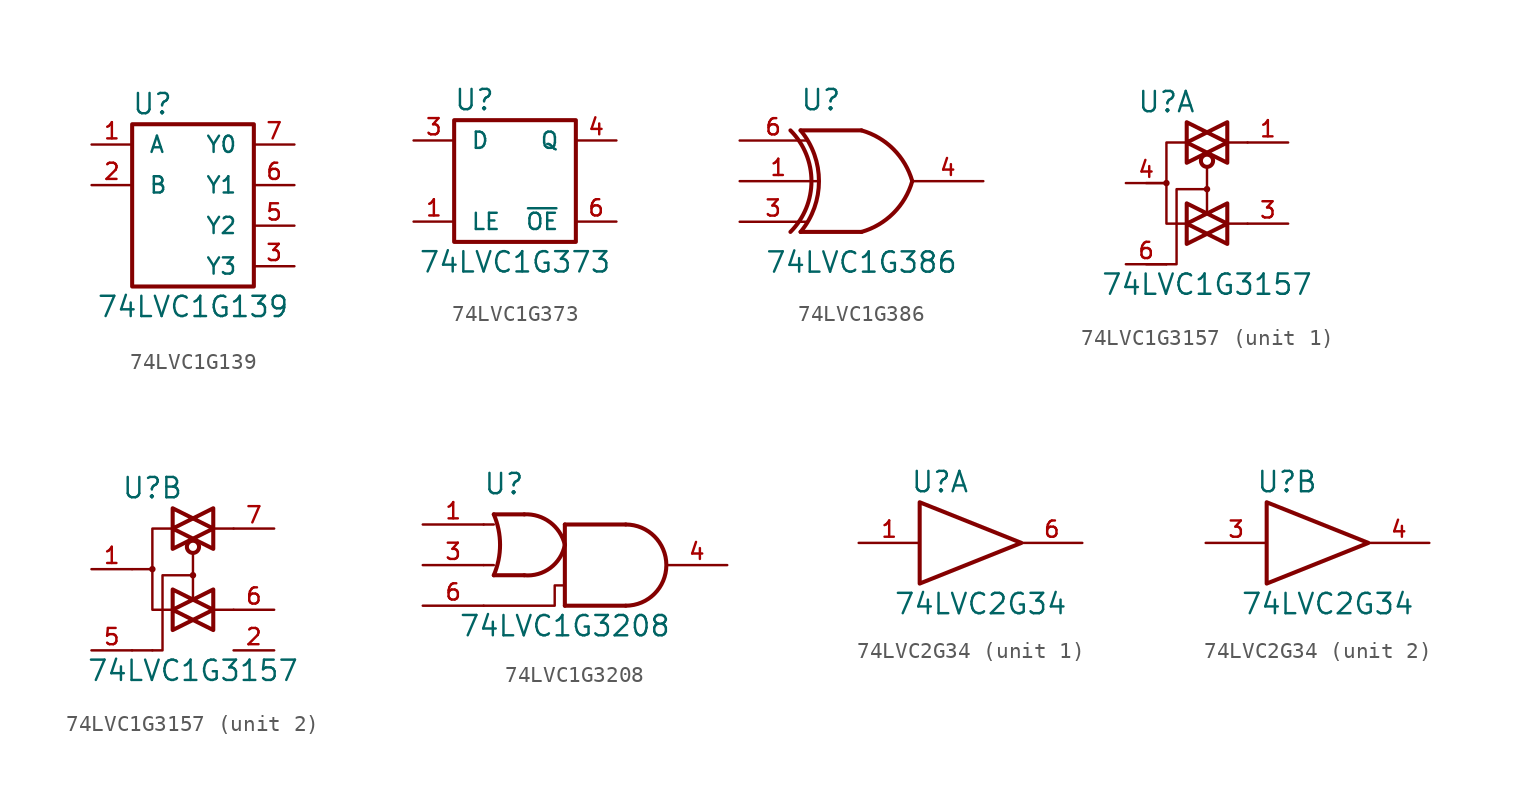
<source format=kicad_sym>
(kicad_symbol_lib
  (version 20201005)
  (generator kicad_symbol_editor)
  (symbol "74LVC1G139"
    (pin_names
      (offset 1.016))
    (property "Reference" "U"
      (at -2.54 6.35 0)
      (effects (font (size 1.27 1.27))))
    (property "Value" "74LVC1G139"
      (at 0 -6.35 0)
      (effects (font (size 1.27 1.27))))
    (symbol "74LVC1G139_0_1"
      (rectangle (start -3.81 5.08) (end 3.81 -5.08) (stroke (width 0.254)) (fill (type none))))
    (symbol "74LVC1G139_1_1"
      (pin input line (at -6.35 3.81 0) (length 2.54) (name "A" (effects (font (size 1.016 1.016)))) (number "1" (effects (font (size 1.016 1.016)))))
      (pin input line (at -6.35 1.27 0) (length 2.54) (name "B" (effects (font (size 1.016 1.016)))) (number "2" (effects (font (size 1.016 1.016)))))
      (pin output line (at 6.35 -3.81 180) (length 2.54) (name "Y3" (effects (font (size 1.016 1.016)))) (number "3" (effects (font (size 1.016 1.016)))))
      (pin power_in line (at 0 -5.08 270) (length 0) hide (name "GND" (effects (font (size 1.016 1.016)))) (number "4" (effects (font (size 1.016 1.016)))))
      (pin output line (at 6.35 -1.27 180) (length 2.54) (name "Y2" (effects (font (size 1.016 1.016)))) (number "5" (effects (font (size 1.016 1.016)))))
      (pin output line (at 6.35 1.27 180) (length 2.54) (name "Y1" (effects (font (size 1.016 1.016)))) (number "6" (effects (font (size 1.016 1.016)))))
      (pin output line (at 6.35 3.81 180) (length 2.54) (name "Y0" (effects (font (size 1.016 1.016)))) (number "7" (effects (font (size 1.016 1.016)))))
      (pin power_in line (at 0 5.08 90) (length 0) hide (name "VCC" (effects (font (size 1.016 1.016)))) (number "8" (effects (font (size 1.016 1.016)))))))
  (symbol "74LVC1G373"
    (pin_names
      (offset 1.016))
    (property "Reference" "U"
      (at -2.54 5.08 0)
      (effects (font (size 1.27 1.27))))
    (property "Value" "74LVC1G373"
      (at 0 -5.08 0)
      (effects (font (size 1.27 1.27))))
    (symbol "74LVC1G373_0_1"
      (rectangle (start -3.81 3.81) (end 3.81 -3.81) (stroke (width 0.254)) (fill (type none))))
    (symbol "74LVC1G373_1_1"
      (pin input line (at -6.35 -2.54 0) (length 2.54) (name "LE" (effects (font (size 1.016 1.016)))) (number "1" (effects (font (size 1.016 1.016)))))
      (pin power_in line (at 0 -3.81 270) (length 0) hide (name "GND" (effects (font (size 1.016 1.016)))) (number "2" (effects (font (size 1.016 1.016)))))
      (pin input line (at -6.35 2.54 0) (length 2.54) (name "D" (effects (font (size 1.016 1.016)))) (number "3" (effects (font (size 1.016 1.016)))))
      (pin tri_state line (at 6.35 2.54 180) (length 2.54) (name "Q" (effects (font (size 1.016 1.016)))) (number "4" (effects (font (size 1.016 1.016)))))
      (pin power_in line (at 0 3.81 90) (length 0) hide (name "VCC" (effects (font (size 1.016 1.016)))) (number "5" (effects (font (size 1.016 1.016)))))
      (pin input line (at 6.35 -2.54 180) (length 2.54) (name "~OE" (effects (font (size 1.016 1.016)))) (number "6" (effects (font (size 1.016 1.016)))))))
  (symbol "74LVC1G386"
    (pin_names
      (offset 1.016))
    (property "Reference" "U"
      (at -2.54 5.08 0)
      (effects (font (size 1.27 1.27))))
    (property "Value" "74LVC1G386"
      (at 0 -5.08 0)
      (effects (font (size 1.27 1.27))))
    (symbol "74LVC1G386_0_1"
      (arc (start -3.81 3.175) (end -3.81 -3.175) (radius (at -7.62 0) (length 4.953) (angles 39.8 -39.8)) (stroke (width 0.254)) (fill (type none)))
      (arc (start -4.445 3.175) (end -4.445 -3.175) (radius (at -7.62 0) (length 4.4958) (angles 45 -45)) (stroke (width 0.254)) (fill (type none)))
      (arc (start 0 3.175) (end 3.175 0) (radius (at -1.27 -1.27) (length 4.6228) (angles 74 15.9)) (stroke (width 0.254)) (fill (type none)))
      (arc (start 0 -3.175) (end 3.175 0) (radius (at -1.27 1.27) (length 4.6228) (angles -74 -15.9)) (stroke (width 0.254)) (fill (type none)))
      (polyline (pts (xy 0 -3.175) (xy -3.81 -3.175)) (stroke (width 0.254)) (fill (type none)))
      (polyline (pts (xy 0 3.175) (xy -3.81 3.175)) (stroke (width 0.254)) (fill (type none))))
    (symbol "74LVC1G386_1_1"
      (pin input line (at -7.62 0 0) (length 4.826) (name "~" (effects (font (size 1.016 1.016)))) (number "1" (effects (font (size 1.016 1.016)))))
      (pin power_in line (at 0 -3.175 270) (length 0) hide (name "GND" (effects (font (size 1.016 1.016)))) (number "2" (effects (font (size 1.016 1.016)))))
      (pin input line (at -7.62 -2.54 0) (length 4.191) (name "~" (effects (font (size 1.016 1.016)))) (number "3" (effects (font (size 1.016 1.016)))))
      (pin output line (at 7.62 0 180) (length 4.445) (name "~" (effects (font (size 1.016 1.016)))) (number "4" (effects (font (size 1.016 1.016)))))
      (pin power_in line (at 0 3.175 90) (length 0) hide (name "VCC" (effects (font (size 1.016 1.016)))) (number "5" (effects (font (size 1.016 1.016)))))
      (pin input line (at -7.62 2.54 0) (length 4.191) (name "~" (effects (font (size 1.016 1.016)))) (number "6" (effects (font (size 1.016 1.016)))))))
  (symbol "74LVC1G3157"
    (pin_names
      (offset 1.016))
    (property "Reference" "U"
      (at -2.54 5.08 0)
      (effects (font (size 1.27 1.27))))
    (property "Value" "74LVC1G3157"
      (at 0 -6.35 0)
      (effects (font (size 1.27 1.27))))
    (symbol "74LVC1G3157_0_1"
      (circle (center -2.54 0) (radius 0.127) (stroke (width 0)) (fill (type none)))
      (circle (center 0 -0.381) (radius 0.127) (stroke (width 0)) (fill (type none)))
      (circle (center 0 1.397) (radius 0.381) (stroke (width 0.254)) (fill (type none)))
      (polyline (pts (xy -3.81 -5.08) (xy -2.54 -5.08)) (stroke (width 0)) (fill (type none)))
      (polyline (pts (xy -3.81 0) (xy -2.54 0)) (stroke (width 0)) (fill (type none)))
      (polyline (pts (xy 2.54 -2.54) (xy 1.27 -2.54)) (stroke (width 0)) (fill (type none)))
      (polyline (pts (xy 2.54 2.54) (xy 1.27 2.54)) (stroke (width 0)) (fill (type none)))
      (polyline (pts (xy 0 1.016) (xy 0 0) (xy 0 -1.905)) (stroke (width 0)) (fill (type none)))
      (polyline (pts (xy -1.27 -2.54) (xy 0 -3.175) (xy -1.27 -3.81) (xy -1.27 -2.54)) (stroke (width 0.254)) (fill (type none)))
      (polyline (pts (xy -1.27 -1.27) (xy -1.27 -2.54) (xy 0 -1.905) (xy -1.27 -1.27)) (stroke (width 0.254)) (fill (type none)))
      (polyline (pts (xy -1.27 2.54) (xy 0 1.905) (xy -1.27 1.27) (xy -1.27 2.54)) (stroke (width 0.254)) (fill (type none)))
      (polyline (pts (xy -1.27 3.81) (xy 0 3.175) (xy -1.27 2.54) (xy -1.27 3.81)) (stroke (width 0.254)) (fill (type none)))
      (polyline (pts (xy 0 -0.381) (xy -1.905 -0.381) (xy -1.905 -5.08) (xy -2.54 -5.08)) (stroke (width 0)) (fill (type none)))
      (polyline (pts (xy 1.27 -2.54) (xy 0 -3.175) (xy 1.27 -3.81) (xy 1.27 -2.54)) (stroke (width 0.254)) (fill (type none)))
      (polyline (pts (xy 1.27 -1.27) (xy 1.27 -2.54) (xy 0 -1.905) (xy 1.27 -1.27)) (stroke (width 0.254)) (fill (type none)))
      (polyline (pts (xy 1.27 2.54) (xy 1.27 1.27) (xy 0 1.905) (xy 1.27 2.54)) (stroke (width 0.254)) (fill (type none)))
      (polyline (pts (xy 1.27 2.54) (xy 1.27 3.81) (xy 0 3.175) (xy 1.27 2.54)) (stroke (width 0.254)) (fill (type none)))
      (polyline (pts (xy -1.27 2.54) (xy -2.54 2.54) (xy -2.54 0) (xy -2.54 -2.54) (xy -1.27 -2.54)) (stroke (width 0)) (fill (type none)))
      (pin power_in line (at 0 -5.08 270) (length 0) hide (name "GND" (effects (font (size 1.016 1.016)))) (number "2" (effects (font (size 1.016 1.016)))))
      (pin power_in line (at 0 5.08 90) (length 0) hide (name "VCC" (effects (font (size 1.016 1.016)))) (number "5" (effects (font (size 1.016 1.016))))))
    (symbol "74LVC1G3157_1_1"
      (pin bidirectional line (at 5.08 2.54 180) (length 2.54) (name "~" (effects (font (size 1.016 1.016)))) (number "1" (effects (font (size 1.016 1.016)))))
      (pin bidirectional line (at 5.08 -2.54 180) (length 2.54) (name "~" (effects (font (size 1.016 1.016)))) (number "3" (effects (font (size 1.016 1.016)))))
      (pin bidirectional line (at -5.08 0 0) (length 2.54) (name "~" (effects (font (size 1.016 1.016)))) (number "4" (effects (font (size 1.016 1.016)))))
      (pin input line (at -5.08 -5.08 0) (length 2.54) (name "~" (effects (font (size 1.016 1.016)))) (number "6" (effects (font (size 1.016 1.016))))))
    (symbol "74LVC1G3157_2_1"
      (pin bidirectional line (at -6.35 0 0) (length 2.54) (name "~" (effects (font (size 1.016 1.016)))) (number "1" (effects (font (size 1.016 1.016)))))
      (pin input line (at 5.08 -5.08 180) (length 2.54) (name "~" (effects (font (size 1.016 1.016)))) (number "2" (effects (font (size 1.016 1.016)))))
      (pin input line (at -6.35 -5.08 0) (length 2.54) (name "~" (effects (font (size 1.016 1.016)))) (number "5" (effects (font (size 1.016 1.016)))))
      (pin bidirectional line (at 5.08 -2.54 180) (length 2.54) (name "~" (effects (font (size 1.016 1.016)))) (number "6" (effects (font (size 1.016 1.016)))))
      (pin bidirectional line (at 5.08 2.54 180) (length 2.54) (name "~" (effects (font (size 1.016 1.016)))) (number "7" (effects (font (size 1.016 1.016)))))))
  (symbol "74LVC1G3208"
    (pin_names
      (offset 1.016))
    (property "Reference" "U"
      (at -3.81 5.08 0)
      (effects (font (size 1.27 1.27))))
    (property "Value" "74LVC1G3208"
      (at 0 -3.81 0)
      (effects (font (size 1.27 1.27))))
    (symbol "74LVC1G3208_0_1"
      (arc (start -4.445 -0.635) (end -4.445 3.175) (radius (at -8.89 1.27) (length 4.826) (angles -23.1 23.1)) (stroke (width 0.254)) (fill (type none)))
      (arc (start -2.54 3.175) (end 0 1.27) (radius (at -2.413 0.7112) (length 2.4638) (angles 92.9 13)) (stroke (width 0.254)) (fill (type none)))
      (arc (start -2.54 -0.635) (end 0 1.27) (radius (at -2.3368 1.7272) (length 2.3622) (angles -94.9 -11)) (stroke (width 0.254)) (fill (type none)))
      (arc (start 3.81 -2.54) (end 3.81 2.54) (radius (at 3.81 0) (length 2.54) (angles -89.9 89.9)) (stroke (width 0.254)) (fill (type none)))
      (polyline (pts (xy -5.08 0) (xy -4.445 0)) (stroke (width 0)) (fill (type none)))
      (polyline (pts (xy -5.08 2.54) (xy -4.445 2.54)) (stroke (width 0)) (fill (type none)))
      (polyline (pts (xy -2.54 -0.635) (xy -4.445 -0.635)) (stroke (width 0.254)) (fill (type none)))
      (polyline (pts (xy -2.54 3.175) (xy -4.445 3.175)) (stroke (width 0.254)) (fill (type none)))
      (polyline (pts (xy 0 2.54) (xy 0 -2.54)) (stroke (width 0.254)) (fill (type none)))
      (polyline (pts (xy 3.81 -2.54) (xy 0 -2.54)) (stroke (width 0.254)) (fill (type background)))
      (polyline (pts (xy 3.81 2.54) (xy 0 2.54)) (stroke (width 0.254)) (fill (type background)))
      (polyline (pts (xy 0 -1.27) (xy -0.635 -1.27) (xy -0.635 -1.905) (xy -0.635 -2.54) (xy -5.08 -2.54)) (stroke (width 0)) (fill (type none))))
    (symbol "74LVC1G3208_1_1"
      (pin input line (at -8.89 2.54 0) (length 3.81) (name "~" (effects (font (size 1.016 1.016)))) (number "1" (effects (font (size 1.016 1.016)))))
      (pin power_in line (at 3.81 -2.54 270) (length 0) hide (name "GND" (effects (font (size 1.016 1.016)))) (number "2" (effects (font (size 1.016 1.016)))))
      (pin input line (at -8.89 0 0) (length 3.81) (name "~" (effects (font (size 1.016 1.016)))) (number "3" (effects (font (size 1.016 1.016)))))
      (pin output line (at 10.16 0 180) (length 3.81) (name "~" (effects (font (size 1.016 1.016)))) (number "4" (effects (font (size 1.016 1.016)))))
      (pin power_in line (at 3.81 2.54 90) (length 0) hide (name "VCC" (effects (font (size 1.016 1.016)))) (number "5" (effects (font (size 1.016 1.016)))))
      (pin input line (at -8.89 -2.54 0) (length 3.81) (name "~" (effects (font (size 1.016 1.016)))) (number "6" (effects (font (size 1.016 1.016)))))))
  (symbol "74LVC2G34"
    (pin_names
      (offset 1.016))
    (property "Reference" "U"
      (at -2.54 3.81 0)
      (effects (font (size 1.27 1.27))))
    (property "Value" "74LVC2G34"
      (at 0 -3.81 0)
      (effects (font (size 1.27 1.27))))
    (symbol "74LVC2G34_0_1"
      (polyline (pts (xy -3.81 2.54) (xy -3.81 -2.54) (xy 2.54 0) (xy -3.81 2.54)) (stroke (width 0.254)) (fill (type none)))
      (pin power_in line (at 0 -2.54 270) (length 0) hide (name "GND" (effects (font (size 1.016 1.016)))) (number "2" (effects (font (size 1.016 1.016)))))
      (pin power_in line (at 0 2.54 90) (length 0) hide (name "VCC" (effects (font (size 1.016 1.016)))) (number "5" (effects (font (size 1.016 1.016))))))
    (symbol "74LVC2G34_1_1"
      (pin input line (at -7.62 0 0) (length 3.81) (name "~" (effects (font (size 1.016 1.016)))) (number "1" (effects (font (size 1.016 1.016)))))
      (pin output line (at 6.35 0 180) (length 3.81) (name "~" (effects (font (size 1.016 1.016)))) (number "6" (effects (font (size 1.016 1.016))))))
    (symbol "74LVC2G34_2_1"
      (pin input line (at -7.62 0 0) (length 3.81) (name "~" (effects (font (size 1.016 1.016)))) (number "3" (effects (font (size 1.016 1.016)))))
      (pin output line (at 6.35 0 180) (length 3.81) (name "~" (effects (font (size 1.016 1.016)))) (number "4" (effects (font (size 1.016 1.016))))))))
</source>
